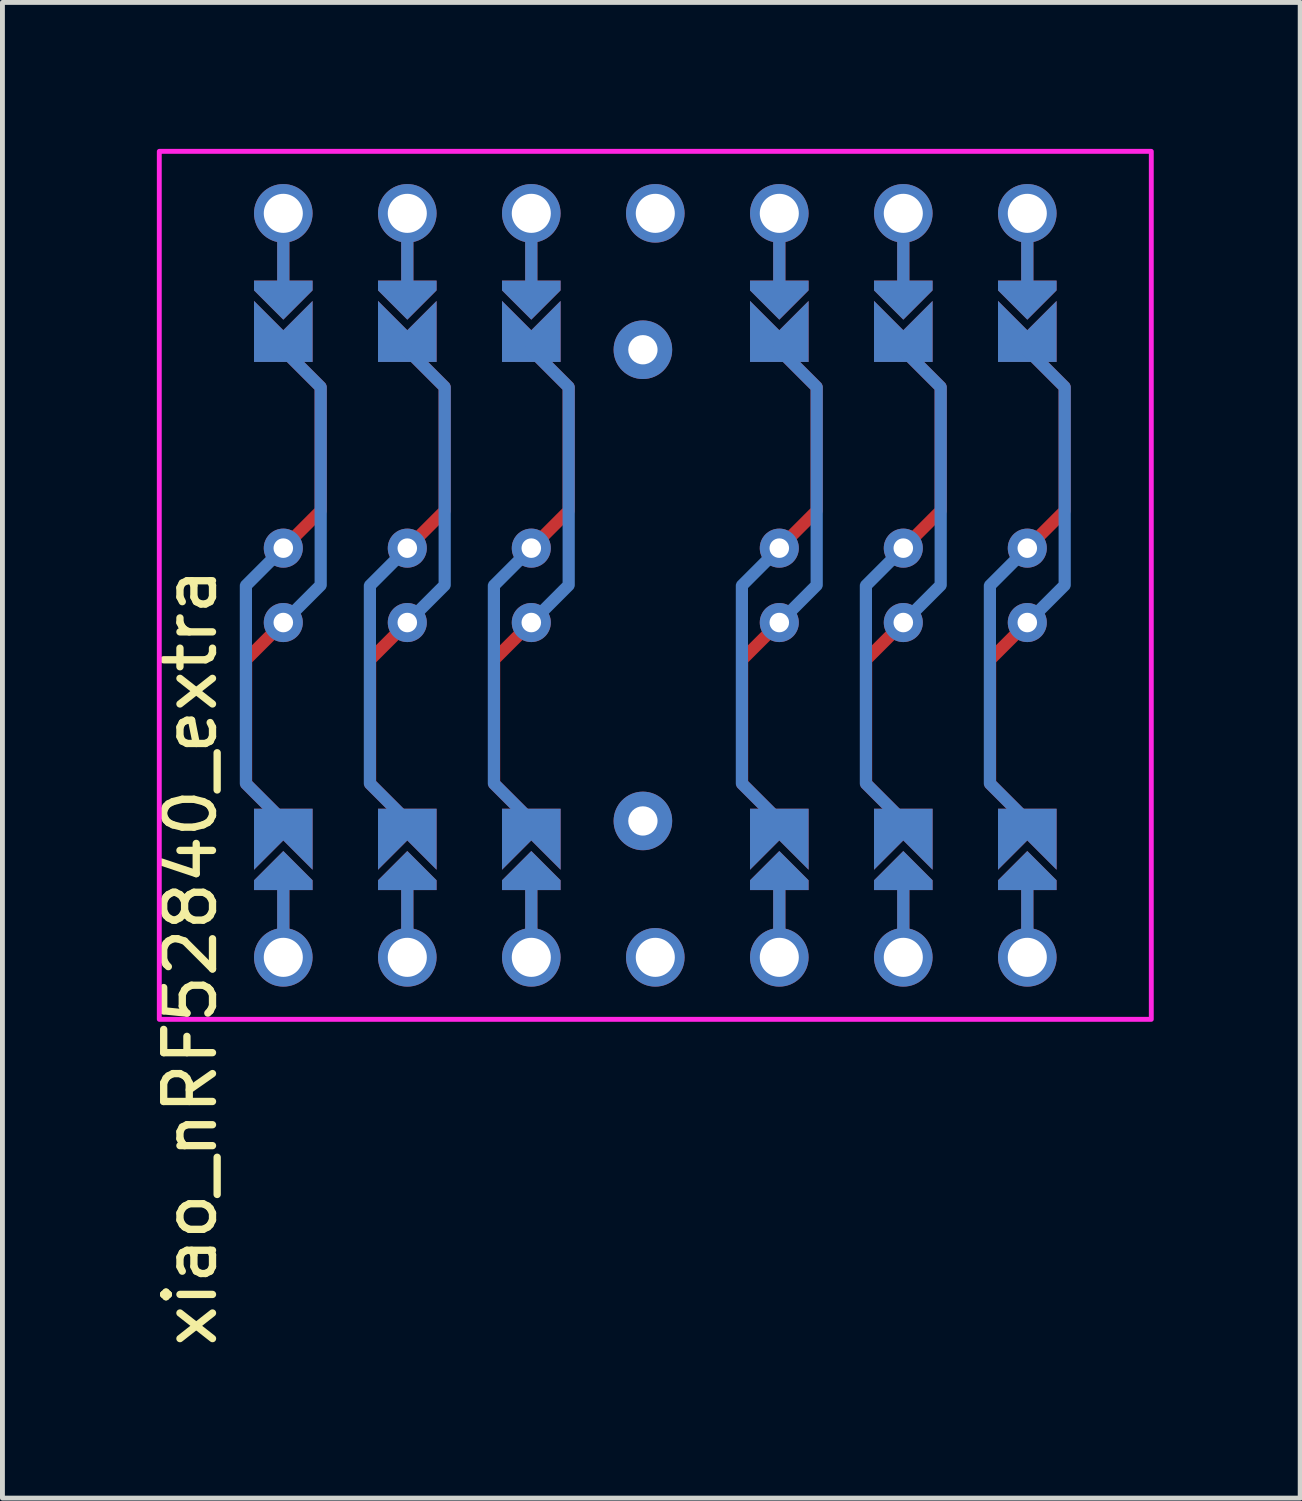
<source format=kicad_pcb>
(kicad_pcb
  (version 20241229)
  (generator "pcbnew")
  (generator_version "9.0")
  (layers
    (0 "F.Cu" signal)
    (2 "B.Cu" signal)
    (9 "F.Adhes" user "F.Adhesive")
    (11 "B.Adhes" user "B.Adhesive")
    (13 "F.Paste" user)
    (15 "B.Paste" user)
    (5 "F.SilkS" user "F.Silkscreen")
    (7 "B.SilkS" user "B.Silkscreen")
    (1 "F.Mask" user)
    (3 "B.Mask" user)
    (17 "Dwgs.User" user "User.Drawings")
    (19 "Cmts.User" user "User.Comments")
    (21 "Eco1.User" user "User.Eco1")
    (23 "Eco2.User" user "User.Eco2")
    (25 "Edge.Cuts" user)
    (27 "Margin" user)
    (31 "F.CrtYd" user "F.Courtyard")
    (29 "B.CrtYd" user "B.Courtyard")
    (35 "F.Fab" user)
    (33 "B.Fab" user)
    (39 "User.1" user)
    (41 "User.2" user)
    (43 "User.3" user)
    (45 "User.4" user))
  (footprint "xiao_nRF52840_extra"
    (layer "F.Cu")
    (at 10.373 8.94)
    (property "Reference" "xiao_nRF52840_extra" (at -9.525 7.62 90) (layer "F.SilkS") (effects (font (size 1 1) (thickness 0.15))))
    (attr through_hole)
    (fp_circle (center -7.62 -0.762) (end -7.495 -0.762) (stroke (width 0.25) (type solid)) (fill no) (layer "F.Mask"))
    (fp_circle (center -7.62 0.762) (end -7.495 0.762) (stroke (width 0.25) (type solid)) (fill no) (layer "F.Mask"))
    (fp_circle (center -5.08 -0.762) (end -4.955 -0.762) (stroke (width 0.25) (type solid)) (fill no) (layer "F.Mask"))
    (fp_circle (center -5.08 0.762) (end -4.955 0.762) (stroke (width 0.25) (type solid)) (fill no) (layer "F.Mask"))
    (fp_circle (center -2.54 -0.762) (end -2.415 -0.762) (stroke (width 0.25) (type solid)) (fill no) (layer "F.Mask"))
    (fp_circle (center -2.54 0.762) (end -2.415 0.762) (stroke (width 0.25) (type solid)) (fill no) (layer "F.Mask"))
    (fp_circle (center 2.54 -0.762) (end 2.665 -0.762) (stroke (width 0.25) (type solid)) (fill no) (layer "F.Mask"))
    (fp_circle (center 2.54 0.762) (end 2.665 0.762) (stroke (width 0.25) (type solid)) (fill no) (layer "F.Mask"))
    (fp_circle (center 5.08 -0.762) (end 5.205 -0.762) (stroke (width 0.25) (type solid)) (fill no) (layer "F.Mask"))
    (fp_circle (center 5.08 0.762) (end 5.205 0.762) (stroke (width 0.25) (type solid)) (fill no) (layer "F.Mask"))
    (fp_circle (center 7.62 -0.762) (end 7.745 -0.762) (stroke (width 0.25) (type solid)) (fill no) (layer "F.Mask"))
    (fp_circle (center 7.62 0.762) (end 7.745 0.762) (stroke (width 0.25) (type solid)) (fill no) (layer "F.Mask"))
    (fp_poly (pts (xy -8.128 5.08) (xy -7.112 5.08) (xy -7.112 6.096) (xy -8.128 6.096)) (stroke (width 0.1) (type solid)) (fill yes) (layer "F.Mask"))
    (fp_poly (pts (xy -7.112 -5.08) (xy -8.128 -5.08) (xy -8.128 -6.096) (xy -7.112 -6.096)) (stroke (width 0.1) (type solid)) (fill yes) (layer "F.Mask"))
    (fp_poly (pts (xy -5.588 5.08) (xy -4.572 5.08) (xy -4.572 6.096) (xy -5.588 6.096)) (stroke (width 0.1) (type solid)) (fill yes) (layer "F.Mask"))
    (fp_poly (pts (xy -4.572 -5.08) (xy -5.588 -5.08) (xy -5.588 -6.096) (xy -4.572 -6.096)) (stroke (width 0.1) (type solid)) (fill yes) (layer "F.Mask"))
    (fp_poly (pts (xy -3.048 5.08) (xy -2.032 5.08) (xy -2.032 6.096) (xy -3.048 6.096)) (stroke (width 0.1) (type solid)) (fill yes) (layer "F.Mask"))
    (fp_poly (pts (xy -3.048 5.08) (xy -2.032 5.08) (xy -2.032 6.096) (xy -3.048 6.096)) (stroke (width 0.1) (type solid)) (fill yes) (layer "F.Mask"))
    (fp_poly (pts (xy -2.032 -5.08) (xy -3.048 -5.08) (xy -3.048 -6.096) (xy -2.032 -6.096)) (stroke (width 0.1) (type solid)) (fill yes) (layer "F.Mask"))
    (fp_poly (pts (xy 2.032 5.08) (xy 3.048 5.08) (xy 3.048 6.096) (xy 2.032 6.096)) (stroke (width 0.1) (type solid)) (fill yes) (layer "F.Mask"))
    (fp_poly (pts (xy 3.048 -5.08) (xy 2.032 -5.08) (xy 2.032 -6.096) (xy 3.048 -6.096)) (stroke (width 0.1) (type solid)) (fill yes) (layer "F.Mask"))
    (fp_poly (pts (xy 4.572 5.08) (xy 5.588 5.08) (xy 5.588 6.096) (xy 4.572 6.096)) (stroke (width 0.1) (type solid)) (fill yes) (layer "F.Mask"))
    (fp_poly (pts (xy 5.588 -5.08) (xy 4.572 -5.08) (xy 4.572 -6.096) (xy 5.588 -6.096)) (stroke (width 0.1) (type solid)) (fill yes) (layer "F.Mask"))
    (fp_poly (pts (xy 7.112 5.08) (xy 8.128 5.08) (xy 8.128 6.096) (xy 7.112 6.096)) (stroke (width 0.1) (type solid)) (fill yes) (layer "F.Mask"))
    (fp_poly (pts (xy 8.128 -5.08) (xy 7.112 -5.08) (xy 7.112 -6.096) (xy 8.128 -6.096)) (stroke (width 0.1) (type solid)) (fill yes) (layer "F.Mask"))
    (fp_circle (center -7.62 -0.762) (end -7.495 -0.762) (stroke (width 0.25) (type solid)) (fill no) (layer "B.Mask"))
    (fp_circle (center -7.62 0.762) (end -7.495 0.762) (stroke (width 0.25) (type solid)) (fill no) (layer "B.Mask"))
    (fp_circle (center -5.08 -0.762) (end -4.955 -0.762) (stroke (width 0.25) (type solid)) (fill no) (layer "B.Mask"))
    (fp_circle (center -5.08 0.762) (end -4.955 0.762) (stroke (width 0.25) (type solid)) (fill no) (layer "B.Mask"))
    (fp_circle (center -2.54 -0.762) (end -2.415 -0.762) (stroke (width 0.25) (type solid)) (fill no) (layer "B.Mask"))
    (fp_circle (center -2.54 0.762) (end -2.415 0.762) (stroke (width 0.25) (type solid)) (fill no) (layer "B.Mask"))
    (fp_circle (center 2.54 -0.762) (end 2.665 -0.762) (stroke (width 0.25) (type solid)) (fill no) (layer "B.Mask"))
    (fp_circle (center 2.54 0.762) (end 2.665 0.762) (stroke (width 0.25) (type solid)) (fill no) (layer "B.Mask"))
    (fp_circle (center 5.08 -0.762) (end 5.205 -0.762) (stroke (width 0.25) (type solid)) (fill no) (layer "B.Mask"))
    (fp_circle (center 5.08 0.762) (end 5.205 0.762) (stroke (width 0.25) (type solid)) (fill no) (layer "B.Mask"))
    (fp_circle (center 7.62 -0.762) (end 7.745 -0.762) (stroke (width 0.25) (type solid)) (fill no) (layer "B.Mask"))
    (fp_circle (center 7.62 0.762) (end 7.745 0.762) (stroke (width 0.25) (type solid)) (fill no) (layer "B.Mask"))
    (fp_poly (pts (xy -8.128 5.08) (xy -7.112 5.08) (xy -7.112 6.096) (xy -8.128 6.096)) (stroke (width 0.1) (type solid)) (fill yes) (layer "B.Mask"))
    (fp_poly (pts (xy -7.112 -5.08) (xy -8.128 -5.08) (xy -8.128 -6.096) (xy -7.112 -6.096)) (stroke (width 0.1) (type solid)) (fill yes) (layer "B.Mask"))
    (fp_poly (pts (xy -5.588 5.08) (xy -4.572 5.08) (xy -4.572 6.096) (xy -5.588 6.096)) (stroke (width 0.1) (type solid)) (fill yes) (layer "B.Mask"))
    (fp_poly (pts (xy -4.572 -5.08) (xy -5.588 -5.08) (xy -5.588 -6.096) (xy -4.572 -6.096)) (stroke (width 0.1) (type solid)) (fill yes) (layer "B.Mask"))
    (fp_poly (pts (xy -3.048 5.08) (xy -2.032 5.08) (xy -2.032 6.096) (xy -3.048 6.096)) (stroke (width 0.1) (type solid)) (fill yes) (layer "B.Mask"))
    (fp_poly (pts (xy -3.048 5.08) (xy -2.032 5.08) (xy -2.032 6.096) (xy -3.048 6.096)) (stroke (width 0.1) (type solid)) (fill yes) (layer "B.Mask"))
    (fp_poly (pts (xy -2.032 -5.08) (xy -3.048 -5.08) (xy -3.048 -6.096) (xy -2.032 -6.096)) (stroke (width 0.1) (type solid)) (fill yes) (layer "B.Mask"))
    (fp_poly (pts (xy 2.032 5.08) (xy 3.048 5.08) (xy 3.048 6.096) (xy 2.032 6.096)) (stroke (width 0.1) (type solid)) (fill yes) (layer "B.Mask"))
    (fp_poly (pts (xy 3.048 -5.08) (xy 2.032 -5.08) (xy 2.032 -6.096) (xy 3.048 -6.096)) (stroke (width 0.1) (type solid)) (fill yes) (layer "B.Mask"))
    (fp_poly (pts (xy 4.572 5.08) (xy 5.588 5.08) (xy 5.588 6.096) (xy 4.572 6.096)) (stroke (width 0.1) (type solid)) (fill yes) (layer "B.Mask"))
    (fp_poly (pts (xy 5.588 -5.08) (xy 4.572 -5.08) (xy 4.572 -6.096) (xy 5.588 -6.096)) (stroke (width 0.1) (type solid)) (fill yes) (layer "B.Mask"))
    (fp_poly (pts (xy 7.112 5.08) (xy 8.128 5.08) (xy 8.128 6.096) (xy 7.112 6.096)) (stroke (width 0.1) (type solid)) (fill yes) (layer "B.Mask"))
    (fp_poly (pts (xy 8.128 -5.08) (xy 7.112 -5.08) (xy 7.112 -6.096) (xy 8.128 -6.096)) (stroke (width 0.1) (type solid)) (fill yes) (layer "B.Mask"))
    (fp_rect (start -10.16 -8.89) (end 10.16 8.89) (stroke (width 0.1) (type default)) (fill no) (layer "F.CrtYd"))
    (pad "1" smd custom (at -7.62 -4.826) (size 1.2 0.5) (layers "B.Cu" "B.Mask") (options (anchor rect)) (primitives (gr_poly (pts (xy 0.6 0) (xy -0.6 0) (xy -0.6 -1) (xy 0 -0.4) (xy 0.6 -1)) (width 0) (fill yes))))
    (pad "1" smd custom (at -7.62 0.762 180) (size 0.25 0.25) (layers "F.Cu") (options (anchor circle)) (primitives (gr_line (start 0 0) (end 0.762 -0.762) (width 0.25)) (gr_line (start 0.762 -0.762) (end 0.762 -3.302) (width 0.25)) (gr_line (start 0.762 -3.302) (end 0 -4.064) (width 0.25))))
    (pad "1" smd custom (at -7.62 0.762 180) (size 0.25 0.25) (layers "B.Cu") (options (anchor circle)) (primitives (gr_line (start 0 0) (end -0.766 0.766) (width 0.25)) (gr_line (start -0.766 0.766) (end -0.766 4.822) (width 0.25)) (gr_line (start -0.766 4.822) (end 0 5.588) (width 0.25))))
    (pad "1" thru_hole circle (at -7.62 0.762 180) (size 0.8 0.8) (drill 0.4) (layers "*.Cu"))
    (pad "1" smd custom (at -7.62 4.826 180) (size 1.2 0.5) (layers "F.Cu" "F.Mask") (options (anchor rect)) (primitives (gr_poly (pts (xy 0.6 0) (xy -0.6 0) (xy -0.6 -1) (xy 0 -0.4) (xy 0.6 -1)) (width 0) (fill yes))))
    (pad "2" smd custom (at -5.08 -4.826) (size 1.2 0.5) (layers "B.Cu" "B.Mask") (options (anchor rect)) (primitives (gr_poly (pts (xy 0.6 0) (xy -0.6 0) (xy -0.6 -1) (xy 0 -0.4) (xy 0.6 -1)) (width 0) (fill yes))))
    (pad "2" smd custom (at -5.08 0.762 180) (size 0.25 0.25) (layers "F.Cu") (options (anchor circle)) (primitives (gr_line (start 0 0) (end 0.762 -0.762) (width 0.25)) (gr_line (start 0.762 -0.762) (end 0.762 -3.302) (width 0.25)) (gr_line (start 0.762 -3.302) (end 0 -4.064) (width 0.25))))
    (pad "2" smd custom (at -5.08 0.762 180) (size 0.25 0.25) (layers "B.Cu") (options (anchor circle)) (primitives (gr_line (start 0 0) (end -0.766 0.766) (width 0.25)) (gr_line (start -0.766 0.766) (end -0.766 4.822) (width 0.25)) (gr_line (start -0.766 4.822) (end 0 5.588) (width 0.25))))
    (pad "2" thru_hole circle (at -5.08 0.762 180) (size 0.8 0.8) (drill 0.4) (layers "*.Cu"))
    (pad "2" smd custom (at -5.08 4.826 180) (size 1.2 0.5) (layers "F.Cu" "F.Mask") (options (anchor rect)) (primitives (gr_poly (pts (xy 0.6 0) (xy -0.6 0) (xy -0.6 -1) (xy 0 -0.4) (xy 0.6 -1)) (width 0) (fill yes))))
    (pad "3" smd custom (at -2.54 -4.826) (size 1.2 0.5) (layers "B.Cu" "B.Mask") (options (anchor rect)) (primitives (gr_poly (pts (xy 0.6 0) (xy -0.6 0) (xy -0.6 -1) (xy 0 -0.4) (xy 0.6 -1)) (width 0) (fill yes))))
    (pad "3" smd custom (at -2.54 0.762 180) (size 0.25 0.25) (layers "F.Cu") (options (anchor circle)) (primitives (gr_line (start 0 0) (end 0.762 -0.762) (width 0.25)) (gr_line (start 0.762 -0.762) (end 0.762 -3.302) (width 0.25)) (gr_line (start 0.762 -3.302) (end 0 -4.064) (width 0.25))))
    (pad "3" smd custom (at -2.54 0.762 180) (size 0.25 0.25) (layers "B.Cu") (options (anchor circle)) (primitives (gr_line (start 0 0) (end -0.766 0.766) (width 0.25)) (gr_line (start -0.766 0.766) (end -0.766 4.822) (width 0.25)) (gr_line (start -0.766 4.822) (end 0 5.588) (width 0.25))))
    (pad "3" thru_hole circle (at -2.54 0.762 180) (size 0.8 0.8) (drill 0.4) (layers "*.Cu"))
    (pad "3" smd custom (at -2.54 4.826 180) (size 1.2 0.5) (layers "F.Cu" "F.Mask") (options (anchor rect)) (primitives (gr_poly (pts (xy 0.6 0) (xy -0.6 0) (xy -0.6 -1) (xy 0 -0.4) (xy 0.6 -1)) (width 0) (fill yes))))
    (pad "5" smd custom (at 2.54 -4.826) (size 1.2 0.5) (layers "B.Cu" "B.Mask") (options (anchor rect)) (primitives (gr_poly (pts (xy 0.6 0) (xy -0.6 0) (xy -0.6 -1) (xy 0 -0.4) (xy 0.6 -1)) (width 0) (fill yes))))
    (pad "5" smd custom (at 2.54 0.762 180) (size 0.25 0.25) (layers "F.Cu") (options (anchor circle)) (primitives (gr_line (start 0 0) (end 0.762 -0.762) (width 0.25)) (gr_line (start 0.762 -0.762) (end 0.762 -3.302) (width 0.25)) (gr_line (start 0.762 -3.302) (end 0 -4.064) (width 0.25))))
    (pad "5" smd custom (at 2.54 0.762 180) (size 0.25 0.25) (layers "B.Cu") (options (anchor circle)) (primitives (gr_line (start 0 0) (end -0.766 0.766) (width 0.25)) (gr_line (start -0.766 0.766) (end -0.766 4.822) (width 0.25)) (gr_line (start -0.766 4.822) (end 0 5.588) (width 0.25))))
    (pad "5" thru_hole circle (at 2.54 0.762 180) (size 0.8 0.8) (drill 0.4) (layers "*.Cu"))
    (pad "5" smd custom (at 2.54 4.826 180) (size 1.2 0.5) (layers "F.Cu" "F.Mask") (options (anchor rect)) (primitives (gr_poly (pts (xy 0.6 0) (xy -0.6 0) (xy -0.6 -1) (xy 0 -0.4) (xy 0.6 -1)) (width 0) (fill yes))))
    (pad "6" smd custom (at 5.08 -4.826) (size 1.2 0.5) (layers "B.Cu" "B.Mask") (options (anchor rect)) (primitives (gr_poly (pts (xy 0.6 0) (xy -0.6 0) (xy -0.6 -1) (xy 0 -0.4) (xy 0.6 -1)) (width 0) (fill yes))))
    (pad "6" smd custom (at 5.08 0.762 180) (size 0.25 0.25) (layers "F.Cu") (options (anchor circle)) (primitives (gr_line (start 0 0) (end 0.762 -0.762) (width 0.25)) (gr_line (start 0.762 -0.762) (end 0.762 -3.302) (width 0.25)) (gr_line (start 0.762 -3.302) (end 0 -4.064) (width 0.25))))
    (pad "6" smd custom (at 5.08 0.762 180) (size 0.25 0.25) (layers "B.Cu") (options (anchor circle)) (primitives (gr_line (start 0 0) (end -0.766 0.766) (width 0.25)) (gr_line (start -0.766 0.766) (end -0.766 4.822) (width 0.25)) (gr_line (start -0.766 4.822) (end 0 5.588) (width 0.25))))
    (pad "6" thru_hole circle (at 5.08 0.762 180) (size 0.8 0.8) (drill 0.4) (layers "*.Cu"))
    (pad "6" smd custom (at 5.08 4.826 180) (size 1.2 0.5) (layers "F.Cu" "F.Mask") (options (anchor rect)) (primitives (gr_poly (pts (xy 0.6 0) (xy -0.6 0) (xy -0.6 -1) (xy 0 -0.4) (xy 0.6 -1)) (width 0) (fill yes))))
    (pad "7" smd custom (at 7.62 -4.826) (size 1.2 0.5) (layers "B.Cu" "B.Mask") (options (anchor rect)) (primitives (gr_poly (pts (xy 0.6 0) (xy -0.6 0) (xy -0.6 -1) (xy 0 -0.4) (xy 0.6 -1)) (width 0) (fill yes))))
    (pad "7" smd custom (at 7.62 0.762 180) (size 0.25 0.25) (layers "F.Cu") (options (anchor circle)) (primitives (gr_line (start 0 0) (end 0.762 -0.762) (width 0.25)) (gr_line (start 0.762 -0.762) (end 0.762 -3.302) (width 0.25)) (gr_line (start 0.762 -3.302) (end 0 -4.064) (width 0.25))))
    (pad "7" smd custom (at 7.62 0.762 180) (size 0.25 0.25) (layers "B.Cu") (options (anchor circle)) (primitives (gr_line (start 0 0) (end -0.766 0.766) (width 0.25)) (gr_line (start -0.766 0.766) (end -0.766 4.822) (width 0.25)) (gr_line (start -0.766 4.822) (end 0 5.588) (width 0.25))))
    (pad "7" thru_hole circle (at 7.62 0.762 180) (size 0.8 0.8) (drill 0.4) (layers "*.Cu"))
    (pad "7" smd custom (at 7.62 4.826 180) (size 1.2 0.5) (layers "F.Cu" "F.Mask") (options (anchor rect)) (primitives (gr_poly (pts (xy 0.6 0) (xy -0.6 0) (xy -0.6 -1) (xy 0 -0.4) (xy 0.6 -1)) (width 0) (fill yes))))
    (pad "8" smd custom (at 7.62 -4.826) (size 1.2 0.5) (layers "F.Cu" "F.Mask") (options (anchor rect)) (primitives (gr_poly (pts (xy 0.6 0) (xy -0.6 0) (xy -0.6 -1) (xy 0 -0.4) (xy 0.6 -1)) (width 0) (fill yes))))
    (pad "8" smd custom (at 7.62 -0.762) (size 0.25 0.25) (layers "F.Cu") (options (anchor circle)) (primitives (gr_line (start 0 0) (end 0.766 -0.766) (width 0.25)) (gr_line (start 0.766 -0.766) (end 0.766 -3.298) (width 0.25)) (gr_line (start 0.766 -3.298) (end 0 -4.064) (width 0.25))))
    (pad "8" smd custom (at 7.62 -0.762) (size 0.25 0.25) (layers "B.Cu") (options (anchor circle)) (primitives (gr_line (start 0 0) (end -0.766 0.766) (width 0.25)) (gr_line (start -0.766 0.766) (end -0.766 4.822) (width 0.25)) (gr_line (start -0.766 4.822) (end 0 5.588) (width 0.25))))
    (pad "8" thru_hole circle (at 7.62 -0.762 180) (size 0.8 0.8) (drill 0.4) (layers "*.Cu"))
    (pad "8" smd custom (at 7.62 4.826 180) (size 1.2 0.5) (layers "B.Cu" "B.Mask") (options (anchor rect)) (primitives (gr_poly (pts (xy 0.6 0) (xy -0.6 0) (xy -0.6 -1) (xy 0 -0.4) (xy 0.6 -1)) (width 0) (fill yes))))
    (pad "9" smd custom (at 5.08 -4.826) (size 1.2 0.5) (layers "F.Cu" "F.Mask") (options (anchor rect)) (primitives (gr_poly (pts (xy 0.6 0) (xy -0.6 0) (xy -0.6 -1) (xy 0 -0.4) (xy 0.6 -1)) (width 0) (fill yes))))
    (pad "9" smd custom (at 5.08 -0.762) (size 0.25 0.25) (layers "F.Cu") (options (anchor circle)) (primitives (gr_line (start 0 0) (end 0.766 -0.766) (width 0.25)) (gr_line (start 0.766 -0.766) (end 0.766 -3.298) (width 0.25)) (gr_line (start 0.766 -3.298) (end 0 -4.064) (width 0.25))))
    (pad "9" smd custom (at 5.08 -0.762) (size 0.25 0.25) (layers "B.Cu") (options (anchor circle)) (primitives (gr_line (start 0 0) (end -0.766 0.766) (width 0.25)) (gr_line (start -0.766 0.766) (end -0.766 4.822) (width 0.25)) (gr_line (start -0.766 4.822) (end 0 5.588) (width 0.25))))
    (pad "9" thru_hole circle (at 5.08 -0.762 180) (size 0.8 0.8) (drill 0.4) (layers "*.Cu"))
    (pad "9" smd custom (at 5.08 4.826 180) (size 1.2 0.5) (layers "B.Cu" "B.Mask") (options (anchor rect)) (primitives (gr_poly (pts (xy 0.6 0) (xy -0.6 0) (xy -0.6 -1) (xy 0 -0.4) (xy 0.6 -1)) (width 0) (fill yes))))
    (pad "10" smd custom (at 2.54 -4.826) (size 1.2 0.5) (layers "F.Cu" "F.Mask") (options (anchor rect)) (primitives (gr_poly (pts (xy 0.6 0) (xy -0.6 0) (xy -0.6 -1) (xy 0 -0.4) (xy 0.6 -1)) (width 0) (fill yes))))
    (pad "10" smd custom (at 2.54 -0.762) (size 0.25 0.25) (layers "F.Cu") (options (anchor circle)) (primitives (gr_line (start 0 0) (end 0.766 -0.766) (width 0.25)) (gr_line (start 0.766 -0.766) (end 0.766 -3.298) (width 0.25)) (gr_line (start 0.766 -3.298) (end 0 -4.064) (width 0.25))))
    (pad "10" smd custom (at 2.54 -0.762) (size 0.25 0.25) (layers "B.Cu") (options (anchor circle)) (primitives (gr_line (start 0 0) (end -0.766 0.766) (width 0.25)) (gr_line (start -0.766 0.766) (end -0.766 4.822) (width 0.25)) (gr_line (start -0.766 4.822) (end 0 5.588) (width 0.25))))
    (pad "10" thru_hole circle (at 2.54 -0.762 180) (size 0.8 0.8) (drill 0.4) (layers "*.Cu"))
    (pad "10" smd custom (at 2.54 4.826 180) (size 1.2 0.5) (layers "B.Cu" "B.Mask") (options (anchor rect)) (primitives (gr_poly (pts (xy 0.6 0) (xy -0.6 0) (xy -0.6 -1) (xy 0 -0.4) (xy 0.6 -1)) (width 0) (fill yes))))
    (pad "12" smd custom (at -2.54 -4.826) (size 1.2 0.5) (layers "F.Cu" "F.Mask") (options (anchor rect)) (primitives (gr_poly (pts (xy 0.6 0) (xy -0.6 0) (xy -0.6 -1) (xy 0 -0.4) (xy 0.6 -1)) (width 0) (fill yes))))
    (pad "12" smd custom (at -2.54 -0.762) (size 0.25 0.25) (layers "F.Cu") (options (anchor circle)) (primitives (gr_line (start 0 0) (end 0.766 -0.766) (width 0.25)) (gr_line (start 0.766 -0.766) (end 0.766 -3.298) (width 0.25)) (gr_line (start 0.766 -3.298) (end 0 -4.064) (width 0.25))))
    (pad "12" smd custom (at -2.54 -0.762) (size 0.25 0.25) (layers "B.Cu") (options (anchor circle)) (primitives (gr_line (start 0 0) (end -0.766 0.766) (width 0.25)) (gr_line (start -0.766 0.766) (end -0.766 4.822) (width 0.25)) (gr_line (start -0.766 4.822) (end 0 5.588) (width 0.25))))
    (pad "12" thru_hole circle (at -2.54 -0.762 180) (size 0.8 0.8) (drill 0.4) (layers "*.Cu"))
    (pad "12" smd custom (at -2.54 4.826 180) (size 1.2 0.5) (layers "B.Cu" "B.Mask") (options (anchor rect)) (primitives (gr_poly (pts (xy 0.6 0) (xy -0.6 0) (xy -0.6 -1) (xy 0 -0.4) (xy 0.6 -1)) (width 0) (fill yes))))
    (pad "13" smd custom (at -5.08 -4.826) (size 1.2 0.5) (layers "F.Cu" "F.Mask") (options (anchor rect)) (primitives (gr_poly (pts (xy 0.6 0) (xy -0.6 0) (xy -0.6 -1) (xy 0 -0.4) (xy 0.6 -1)) (width 0) (fill yes))))
    (pad "13" smd custom (at -5.08 -0.762) (size 0.25 0.25) (layers "F.Cu") (options (anchor circle)) (primitives (gr_line (start 0 0) (end 0.766 -0.766) (width 0.25)) (gr_line (start 0.766 -0.766) (end 0.766 -3.298) (width 0.25)) (gr_line (start 0.766 -3.298) (end 0 -4.064) (width 0.25))))
    (pad "13" smd custom (at -5.08 -0.762) (size 0.25 0.25) (layers "B.Cu") (options (anchor circle)) (primitives (gr_line (start 0 0) (end -0.766 0.766) (width 0.25)) (gr_line (start -0.766 0.766) (end -0.766 4.822) (width 0.25)) (gr_line (start -0.766 4.822) (end 0 5.588) (width 0.25))))
    (pad "13" thru_hole circle (at -5.08 -0.762 180) (size 0.8 0.8) (drill 0.4) (layers "*.Cu"))
    (pad "13" smd custom (at -5.08 4.826 180) (size 1.2 0.5) (layers "B.Cu" "B.Mask") (options (anchor rect)) (primitives (gr_poly (pts (xy 0.6 0) (xy -0.6 0) (xy -0.6 -1) (xy 0 -0.4) (xy 0.6 -1)) (width 0) (fill yes))))
    (pad "14" smd custom (at -7.62 -4.826) (size 1.2 0.5) (layers "F.Cu" "F.Mask") (options (anchor rect)) (primitives (gr_poly (pts (xy 0.6 0) (xy -0.6 0) (xy -0.6 -1) (xy 0 -0.4) (xy 0.6 -1)) (width 0) (fill yes))))
    (pad "14" smd custom (at -7.62 -0.762) (size 0.25 0.25) (layers "F.Cu") (options (anchor circle)) (primitives (gr_line (start 0 0) (end 0.766 -0.766) (width 0.25)) (gr_line (start 0.766 -0.766) (end 0.766 -3.298) (width 0.25)) (gr_line (start 0.766 -3.298) (end 0 -4.064) (width 0.25))))
    (pad "14" smd custom (at -7.62 -0.762) (size 0.25 0.25) (layers "B.Cu") (options (anchor circle)) (primitives (gr_line (start 0 0) (end -0.766 0.766) (width 0.25)) (gr_line (start -0.766 0.766) (end -0.766 4.822) (width 0.25)) (gr_line (start -0.766 4.822) (end 0 5.588) (width 0.25))))
    (pad "14" thru_hole circle (at -7.62 -0.762 180) (size 0.8 0.8) (drill 0.4) (layers "*.Cu"))
    (pad "14" smd custom (at -7.62 4.826 180) (size 1.2 0.5) (layers "B.Cu" "B.Mask") (options (anchor rect)) (primitives (gr_poly (pts (xy 0.6 0) (xy -0.6 0) (xy -0.6 -1) (xy 0 -0.4) (xy 0.6 -1)) (width 0) (fill yes))))
    (pad "15" thru_hole circle (at -0.254 -4.826) (size 1.2 1.2) (drill 0.6) (layers "*.Cu" "*.Mask"))
    (pad "15" thru_hole circle (at -0.254 4.826) (size 1.2 1.2) (drill 0.6) (layers "*.Cu" "*.Mask"))
    (pad "16" smd custom (at -7.62 5.842 180) (size 0.1 0.1) (layers "F.Cu" "F.Mask") (options (anchor rect)) (primitives (gr_poly (pts (xy 0.6 -0.4) (xy -0.6 -0.4) (xy -0.6 -0.2) (xy 0 0.4) (xy 0.6 -0.2)) (width 0) (fill yes))))
    (pad "16" smd custom (at -7.62 5.842 180) (size 0.1 0.1) (layers "B.Cu" "B.Mask") (options (anchor rect)) (primitives (gr_poly (pts (xy 0.6 -0.4) (xy -0.6 -0.4) (xy -0.6 -0.2) (xy 0 0.4) (xy 0.6 -0.2)) (width 0) (fill yes))))
    (pad "16" smd custom (at -7.62 6.35 180) (size 0.25 1.5) (layers "F.Cu") (options (anchor rect)) (primitives))
    (pad "16" smd custom (at -7.62 6.35 180) (size 0.25 1.5) (layers "B.Cu") (options (anchor rect)) (primitives))
    (pad "16" thru_hole circle (at -7.62 7.62) (size 1.2 1.2) (drill 0.8) (layers "*.Cu" "*.Mask"))
    (pad "17" smd custom (at -5.08 5.842 180) (size 0.1 0.1) (layers "F.Cu" "F.Mask") (options (anchor rect)) (primitives (gr_poly (pts (xy 0.6 -0.4) (xy -0.6 -0.4) (xy -0.6 -0.2) (xy 0 0.4) (xy 0.6 -0.2)) (width 0) (fill yes))))
    (pad "17" smd custom (at -5.08 5.842 180) (size 0.1 0.1) (layers "B.Cu" "B.Mask") (options (anchor rect)) (primitives (gr_poly (pts (xy 0.6 -0.4) (xy -0.6 -0.4) (xy -0.6 -0.2) (xy 0 0.4) (xy 0.6 -0.2)) (width 0) (fill yes))))
    (pad "17" smd custom (at -5.08 6.35 180) (size 0.25 1.5) (layers "F.Cu") (options (anchor rect)) (primitives))
    (pad "17" smd custom (at -5.08 6.35 180) (size 0.25 1.5) (layers "B.Cu") (options (anchor rect)) (primitives))
    (pad "17" thru_hole circle (at -5.08 7.62) (size 1.2 1.2) (drill 0.8) (layers "*.Cu" "*.Mask"))
    (pad "18" smd custom (at -2.54 5.842 180) (size 0.1 0.1) (layers "F.Cu" "F.Mask") (options (anchor rect)) (primitives (gr_poly (pts (xy 0.6 -0.4) (xy -0.6 -0.4) (xy -0.6 -0.2) (xy 0 0.4) (xy 0.6 -0.2)) (width 0) (fill yes))))
    (pad "18" smd custom (at -2.54 5.842 180) (size 0.1 0.1) (layers "B.Cu" "B.Mask") (options (anchor rect)) (primitives (gr_poly (pts (xy 0.6 -0.4) (xy -0.6 -0.4) (xy -0.6 -0.2) (xy 0 0.4) (xy 0.6 -0.2)) (width 0) (fill yes))))
    (pad "18" smd custom (at -2.54 6.35 180) (size 0.25 1.5) (layers "F.Cu") (options (anchor rect)) (primitives))
    (pad "18" smd custom (at -2.54 6.35 180) (size 0.25 1.5) (layers "B.Cu") (options (anchor rect)) (primitives))
    (pad "18" thru_hole circle (at -2.54 7.62) (size 1.2 1.2) (drill 0.8) (layers "*.Cu" "*.Mask"))
    (pad "19" thru_hole circle (at 0 7.62) (size 1.2 1.2) (drill 0.8) (layers "*.Cu" "*.Mask"))
    (pad "20" smd custom (at 2.54 5.842 180) (size 0.1 0.1) (layers "F.Cu" "F.Mask") (options (anchor rect)) (primitives (gr_poly (pts (xy 0.6 -0.4) (xy -0.6 -0.4) (xy -0.6 -0.2) (xy 0 0.4) (xy 0.6 -0.2)) (width 0) (fill yes))))
    (pad "20" smd custom (at 2.54 5.842 180) (size 0.1 0.1) (layers "B.Cu" "B.Mask") (options (anchor rect)) (primitives (gr_poly (pts (xy 0.6 -0.4) (xy -0.6 -0.4) (xy -0.6 -0.2) (xy 0 0.4) (xy 0.6 -0.2)) (width 0) (fill yes))))
    (pad "20" smd custom (at 2.54 6.35 180) (size 0.25 1.5) (layers "F.Cu") (options (anchor rect)) (primitives))
    (pad "20" smd custom (at 2.54 6.35 180) (size 0.25 1.5) (layers "B.Cu") (options (anchor rect)) (primitives))
    (pad "20" thru_hole circle (at 2.54 7.62) (size 1.2 1.2) (drill 0.8) (layers "*.Cu" "*.Mask"))
    (pad "21" smd custom (at 5.08 5.842 180) (size 0.1 0.1) (layers "F.Cu" "F.Mask") (options (anchor rect)) (primitives (gr_poly (pts (xy 0.6 -0.4) (xy -0.6 -0.4) (xy -0.6 -0.2) (xy 0 0.4) (xy 0.6 -0.2)) (width 0) (fill yes))))
    (pad "21" smd custom (at 5.08 5.842 180) (size 0.1 0.1) (layers "B.Cu" "B.Mask") (options (anchor rect)) (primitives (gr_poly (pts (xy 0.6 -0.4) (xy -0.6 -0.4) (xy -0.6 -0.2) (xy 0 0.4) (xy 0.6 -0.2)) (width 0) (fill yes))))
    (pad "21" smd custom (at 5.08 6.35 180) (size 0.25 1.5) (layers "F.Cu") (options (anchor rect)) (primitives))
    (pad "21" smd custom (at 5.08 6.35 180) (size 0.25 1.5) (layers "B.Cu") (options (anchor rect)) (primitives))
    (pad "21" thru_hole circle (at 5.08 7.62) (size 1.2 1.2) (drill 0.8) (layers "*.Cu" "*.Mask"))
    (pad "22" smd custom (at 7.62 5.842 180) (size 0.1 0.1) (layers "F.Cu" "F.Mask") (options (anchor rect)) (primitives (gr_poly (pts (xy 0.6 -0.4) (xy -0.6 -0.4) (xy -0.6 -0.2) (xy 0 0.4) (xy 0.6 -0.2)) (width 0) (fill yes))))
    (pad "22" smd custom (at 7.62 5.842 180) (size 0.1 0.1) (layers "B.Cu" "B.Mask") (options (anchor rect)) (primitives (gr_poly (pts (xy 0.6 -0.4) (xy -0.6 -0.4) (xy -0.6 -0.2) (xy 0 0.4) (xy 0.6 -0.2)) (width 0) (fill yes))))
    (pad "22" smd custom (at 7.62 6.35 180) (size 0.25 1.5) (layers "F.Cu") (options (anchor rect)) (primitives))
    (pad "22" smd custom (at 7.62 6.35 180) (size 0.25 1.5) (layers "B.Cu") (options (anchor rect)) (primitives))
    (pad "22" thru_hole circle (at 7.62 7.62) (size 1.2 1.2) (drill 0.8) (layers "*.Cu" "*.Mask"))
    (pad "23" thru_hole circle (at 7.62 -7.62) (size 1.2 1.2) (drill 0.8) (layers "*.Cu" "*.Mask"))
    (pad "23" smd custom (at 7.62 -6.35) (size 0.25 1.5) (layers "F.Cu") (options (anchor rect)) (primitives))
    (pad "23" smd custom (at 7.62 -6.35) (size 0.25 1.5) (layers "B.Cu") (options (anchor rect)) (primitives))
    (pad "23" smd custom (at 7.62 -5.842) (size 0.1 0.1) (layers "F.Cu" "F.Mask") (options (anchor rect)) (primitives (gr_poly (pts (xy 0.6 -0.4) (xy -0.6 -0.4) (xy -0.6 -0.2) (xy 0 0.4) (xy 0.6 -0.2)) (width 0) (fill yes))))
    (pad "23" smd custom (at 7.62 -5.842) (size 0.1 0.1) (layers "B.Cu" "B.Mask") (options (anchor rect)) (primitives (gr_poly (pts (xy 0.6 -0.4) (xy -0.6 -0.4) (xy -0.6 -0.2) (xy 0 0.4) (xy 0.6 -0.2)) (width 0) (fill yes))))
    (pad "24" thru_hole circle (at 5.08 -7.62) (size 1.2 1.2) (drill 0.8) (layers "*.Cu" "*.Mask"))
    (pad "24" smd custom (at 5.08 -6.35) (size 0.25 1.5) (layers "F.Cu") (options (anchor rect)) (primitives))
    (pad "24" smd custom (at 5.08 -6.35) (size 0.25 1.5) (layers "B.Cu") (options (anchor rect)) (primitives))
    (pad "24" smd custom (at 5.08 -5.842) (size 0.1 0.1) (layers "F.Cu" "F.Mask") (options (anchor rect)) (primitives (gr_poly (pts (xy 0.6 -0.4) (xy -0.6 -0.4) (xy -0.6 -0.2) (xy 0 0.4) (xy 0.6 -0.2)) (width 0) (fill yes))))
    (pad "24" smd custom (at 5.08 -5.842) (size 0.1 0.1) (layers "B.Cu" "B.Mask") (options (anchor rect)) (primitives (gr_poly (pts (xy 0.6 -0.4) (xy -0.6 -0.4) (xy -0.6 -0.2) (xy 0 0.4) (xy 0.6 -0.2)) (width 0) (fill yes))))
    (pad "25" thru_hole circle (at 2.54 -7.62) (size 1.2 1.2) (drill 0.8) (layers "*.Cu" "*.Mask"))
    (pad "25" smd custom (at 2.54 -6.35) (size 0.25 1.5) (layers "F.Cu") (options (anchor rect)) (primitives))
    (pad "25" smd custom (at 2.54 -6.35) (size 0.25 1.5) (layers "B.Cu") (options (anchor rect)) (primitives))
    (pad "25" smd custom (at 2.54 -5.842) (size 0.1 0.1) (layers "F.Cu" "F.Mask") (options (anchor rect)) (primitives (gr_poly (pts (xy 0.6 -0.4) (xy -0.6 -0.4) (xy -0.6 -0.2) (xy 0 0.4) (xy 0.6 -0.2)) (width 0) (fill yes))))
    (pad "25" smd custom (at 2.54 -5.842) (size 0.1 0.1) (layers "B.Cu" "B.Mask") (options (anchor rect)) (primitives (gr_poly (pts (xy 0.6 -0.4) (xy -0.6 -0.4) (xy -0.6 -0.2) (xy 0 0.4) (xy 0.6 -0.2)) (width 0) (fill yes))))
    (pad "26" thru_hole circle (at 0 -7.62) (size 1.2 1.2) (drill 0.8) (layers "*.Cu" "*.Mask"))
    (pad "27" thru_hole circle (at -2.54 -7.62) (size 1.2 1.2) (drill 0.8) (layers "*.Cu" "*.Mask"))
    (pad "27" smd custom (at -2.54 -6.35) (size 0.25 1.5) (layers "F.Cu") (options (anchor rect)) (primitives))
    (pad "27" smd custom (at -2.54 -6.35) (size 0.25 1.5) (layers "B.Cu") (options (anchor rect)) (primitives))
    (pad "27" smd custom (at -2.54 -5.842) (size 0.1 0.1) (layers "F.Cu" "F.Mask") (options (anchor rect)) (primitives (gr_poly (pts (xy 0.6 -0.4) (xy -0.6 -0.4) (xy -0.6 -0.2) (xy 0 0.4) (xy 0.6 -0.2)) (width 0) (fill yes))))
    (pad "27" smd custom (at -2.54 -5.842) (size 0.1 0.1) (layers "B.Cu" "B.Mask") (options (anchor rect)) (primitives (gr_poly (pts (xy 0.6 -0.4) (xy -0.6 -0.4) (xy -0.6 -0.2) (xy 0 0.4) (xy 0.6 -0.2)) (width 0) (fill yes))))
    (pad "28" thru_hole circle (at -5.08 -7.62) (size 1.2 1.2) (drill 0.8) (layers "*.Cu" "*.Mask"))
    (pad "28" smd custom (at -5.08 -6.35) (size 0.25 1.5) (layers "F.Cu") (options (anchor rect)) (primitives))
    (pad "28" smd custom (at -5.08 -6.35) (size 0.25 1.5) (layers "B.Cu") (options (anchor rect)) (primitives))
    (pad "28" smd custom (at -5.08 -5.842) (size 0.1 0.1) (layers "F.Cu" "F.Mask") (options (anchor rect)) (primitives (gr_poly (pts (xy 0.6 -0.4) (xy -0.6 -0.4) (xy -0.6 -0.2) (xy 0 0.4) (xy 0.6 -0.2)) (width 0) (fill yes))))
    (pad "28" smd custom (at -5.08 -5.842) (size 0.1 0.1) (layers "B.Cu" "B.Mask") (options (anchor rect)) (primitives (gr_poly (pts (xy 0.6 -0.4) (xy -0.6 -0.4) (xy -0.6 -0.2) (xy 0 0.4) (xy 0.6 -0.2)) (width 0) (fill yes))))
    (pad "29" thru_hole circle (at -7.62 -7.62) (size 1.2 1.2) (drill 0.8) (layers "*.Cu" "B.Mask"))
    (pad "29" smd custom (at -7.62 -6.35) (size 0.25 1.5) (layers "F.Cu") (options (anchor rect)) (primitives))
    (pad "29" smd custom (at -7.62 -6.35) (size 0.25 1.5) (layers "B.Cu") (options (anchor rect)) (primitives))
    (pad "29" smd custom (at -7.62 -5.842) (size 0.1 0.1) (layers "F.Cu" "F.Mask") (options (anchor rect)) (primitives (gr_poly (pts (xy 0.6 -0.4) (xy -0.6 -0.4) (xy -0.6 -0.2) (xy 0 0.4) (xy 0.6 -0.2)) (width 0) (fill yes))))
    (pad "29" smd custom (at -7.62 -5.842) (size 0.1 0.1) (layers "B.Cu" "B.Mask") (options (anchor rect)) (primitives (gr_poly (pts (xy 0.6 -0.4) (xy -0.6 -0.4) (xy -0.6 -0.2) (xy 0 0.4) (xy 0.6 -0.2)) (width 0) (fill yes)))))
  (gr_rect
    (start -3 -3)
    (end 23.583 27.637)
    (stroke (width 0.1) (type default))
    (fill no)
    (layer "Edge.Cuts")))
</source>
